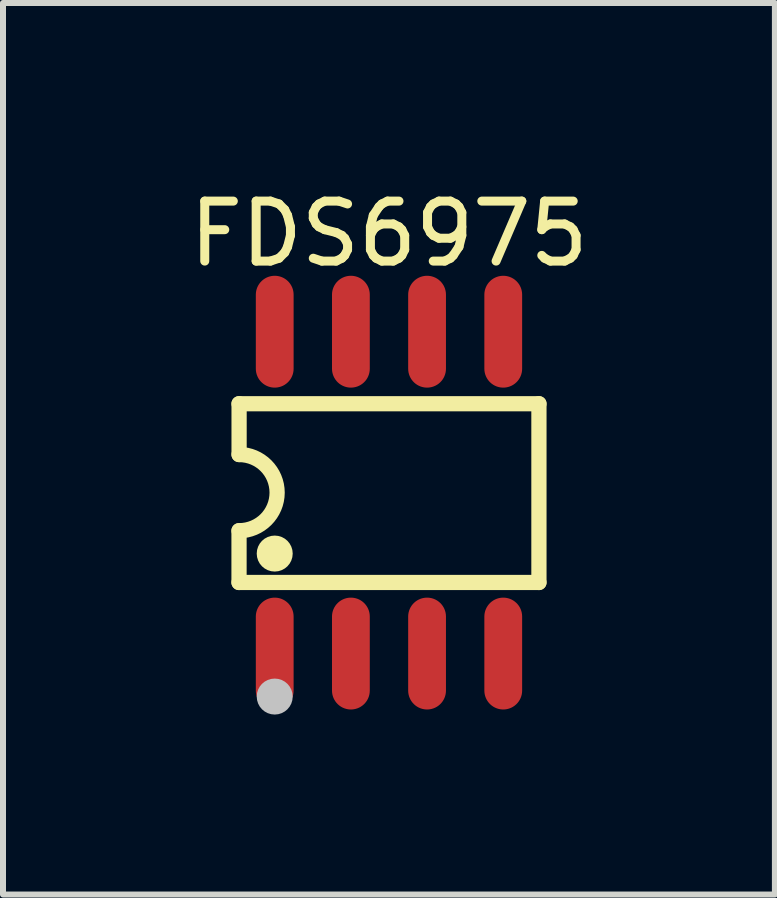
<source format=kicad_pcb>
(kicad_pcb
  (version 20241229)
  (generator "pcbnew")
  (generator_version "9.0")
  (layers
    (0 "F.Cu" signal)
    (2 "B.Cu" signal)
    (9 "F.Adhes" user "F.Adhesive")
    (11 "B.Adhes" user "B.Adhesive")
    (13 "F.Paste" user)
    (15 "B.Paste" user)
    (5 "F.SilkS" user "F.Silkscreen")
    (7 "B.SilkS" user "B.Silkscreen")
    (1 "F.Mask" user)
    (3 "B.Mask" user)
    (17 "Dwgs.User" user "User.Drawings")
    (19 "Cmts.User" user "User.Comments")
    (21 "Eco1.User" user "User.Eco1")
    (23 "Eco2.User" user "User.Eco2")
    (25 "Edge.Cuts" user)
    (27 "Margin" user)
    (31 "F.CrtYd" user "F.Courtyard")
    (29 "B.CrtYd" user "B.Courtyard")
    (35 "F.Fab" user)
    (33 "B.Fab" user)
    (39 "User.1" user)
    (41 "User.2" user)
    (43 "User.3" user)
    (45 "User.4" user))
  (footprint "FDS6975"
    (layer "F.Cu")
    (at 3.435 5.163)
    (property "Reference" "FDS6975" (at 0 -4.315 0) (layer "F.SilkS") (effects (font (size 1 1) (thickness 0.15))))
    (fp_line (start -2.5 -1.482) (end 2.5 -1.482) (stroke (width 0.254) (type default)) (layer "F.SilkS"))
    (fp_line (start -2.5 0.635) (end -2.5 1.498) (stroke (width 0.254) (type default)) (layer "F.SilkS"))
    (fp_line (start -2.5 1.498) (end 2.5 1.498) (stroke (width 0.254) (type default)) (layer "F.SilkS"))
    (fp_line (start -2.499 -0.635) (end -2.499 -1.482) (stroke (width 0.254) (type default)) (layer "F.SilkS"))
    (fp_line (start 2.5 1.498) (end 2.5 -1.482) (stroke (width 0.254) (type default)) (layer "F.SilkS"))
    (fp_arc (start -2.4995 -0.635) (mid -1.8645 0.00025) (end -2.5 0.635) (stroke (width 0.254) (type default)) (layer "F.SilkS"))
    (fp_circle (center -1.905 1.016) (end -1.755 1.016) (stroke (width 0.3) (type default)) (fill no) (layer "F.SilkS"))
    (fp_circle (center -1.905 3.4) (end -1.755 3.4) (stroke (width 0.3) (type default)) (fill no) (layer "Dwgs.User"))
    (fp_poly (pts (xy -2.115 -2.232) (xy -1.695 -2.232) (xy -1.695 -1.942) (xy -2.115 -1.942)) (stroke (width 0.1) (type default)) (fill no) (layer "User.1"))
    (fp_poly (pts (xy -2.115 -2.165) (xy -2.115 -3) (xy -1.695 -3) (xy -1.695 -2.165)) (stroke (width 0.1) (type default)) (fill no) (layer "User.1"))
    (fp_poly (pts (xy -2.115 3) (xy -2.115 2.165) (xy -1.695 2.165) (xy -1.695 3)) (stroke (width 0.1) (type default)) (fill no) (layer "User.1"))
    (fp_poly (pts (xy -1.695 2.232) (xy -2.115 2.232) (xy -2.115 1.942) (xy -1.695 1.942)) (stroke (width 0.1) (type default)) (fill no) (layer "User.1"))
    (fp_poly (pts (xy -0.845 -2.232) (xy -0.425 -2.232) (xy -0.425 -1.942) (xy -0.845 -1.942)) (stroke (width 0.1) (type default)) (fill no) (layer "User.1"))
    (fp_poly (pts (xy -0.845 -2.165) (xy -0.845 -3) (xy -0.425 -3) (xy -0.425 -2.165)) (stroke (width 0.1) (type default)) (fill no) (layer "User.1"))
    (fp_poly (pts (xy -0.845 3) (xy -0.845 2.165) (xy -0.425 2.165) (xy -0.425 3)) (stroke (width 0.1) (type default)) (fill no) (layer "User.1"))
    (fp_poly (pts (xy -0.425 2.232) (xy -0.845 2.232) (xy -0.845 1.942) (xy -0.425 1.942)) (stroke (width 0.1) (type default)) (fill no) (layer "User.1"))
    (fp_poly (pts (xy 0.425 -2.232) (xy 0.845 -2.232) (xy 0.845 -1.942) (xy 0.425 -1.942)) (stroke (width 0.1) (type default)) (fill no) (layer "User.1"))
    (fp_poly (pts (xy 0.425 -2.165) (xy 0.425 -3) (xy 0.845 -3) (xy 0.845 -2.165)) (stroke (width 0.1) (type default)) (fill no) (layer "User.1"))
    (fp_poly (pts (xy 0.425 3) (xy 0.425 2.165) (xy 0.845 2.165) (xy 0.845 3)) (stroke (width 0.1) (type default)) (fill no) (layer "User.1"))
    (fp_poly (pts (xy 0.845 2.232) (xy 0.425 2.232) (xy 0.425 1.942) (xy 0.845 1.942)) (stroke (width 0.1) (type default)) (fill no) (layer "User.1"))
    (fp_poly (pts (xy 1.695 -2.232) (xy 2.115 -2.232) (xy 2.115 -1.942) (xy 1.695 -1.942)) (stroke (width 0.1) (type default)) (fill no) (layer "User.1"))
    (fp_poly (pts (xy 1.695 -2.165) (xy 1.695 -3) (xy 2.115 -3) (xy 2.115 -2.165)) (stroke (width 0.1) (type default)) (fill no) (layer "User.1"))
    (fp_poly (pts (xy 1.695 3) (xy 1.695 2.165) (xy 2.115 2.165) (xy 2.115 3)) (stroke (width 0.1) (type default)) (fill no) (layer "User.1"))
    (fp_poly (pts (xy 2.115 2.232) (xy 1.695 2.232) (xy 1.695 1.942) (xy 2.115 1.942)) (stroke (width 0.1) (type default)) (fill no) (layer "User.1"))
    (fp_line (start -2.45 -1.95) (end 2.45 -1.95) (stroke (width 0.051) (type default)) (layer "User.2"))
    (fp_line (start -2.45 1.95) (end -2.45 -1.95) (stroke (width 0.051) (type default)) (layer "User.2"))
    (fp_line (start 2.45 -1.95) (end 2.45 1.95) (stroke (width 0.051) (type default)) (layer "User.2"))
    (fp_line (start 2.45 1.95) (end -2.45 1.95) (stroke (width 0.051) (type default)) (layer "User.2"))
    (fp_poly (pts (xy -2.395 2.977) (xy -2.427 2.945) (xy -2.473 2.945) (xy -2.505 2.977) (xy -2.505 3.023) (xy -2.473 3.055) (xy -2.427 3.055) (xy -2.395 3.023)) (stroke (width 0.1) (type default)) (fill no) (layer "User.3"))
    (pad "1" smd oval (at -1.905 2.683) (size 0.63 1.865) (layers "F.Cu" "F.Mask" "F.Paste"))
    (pad "2" smd oval (at -0.635 2.683) (size 0.63 1.865) (layers "F.Cu" "F.Mask" "F.Paste"))
    (pad "3" smd oval (at 0.635 2.683) (size 0.63 1.865) (layers "F.Cu" "F.Mask" "F.Paste"))
    (pad "4" smd oval (at 1.905 2.683) (size 0.63 1.865) (layers "F.Cu" "F.Mask" "F.Paste"))
    (pad "5" smd oval (at 1.905 -2.683) (size 0.63 1.865) (layers "F.Cu" "F.Mask" "F.Paste"))
    (pad "6" smd oval (at 0.635 -2.683) (size 0.63 1.865) (layers "F.Cu" "F.Mask" "F.Paste"))
    (pad "7" smd oval (at -0.635 -2.683) (size 0.63 1.865) (layers "F.Cu" "F.Mask" "F.Paste"))
    (pad "8" smd oval (at -1.905 -2.683) (size 0.63 1.865) (layers "F.Cu" "F.Mask" "F.Paste")))
  (gr_rect
    (start -3 -3)
    (end 9.869 11.863)
    (stroke (width 0.1) (type default))
    (fill no)
    (layer "Edge.Cuts")))
</source>
